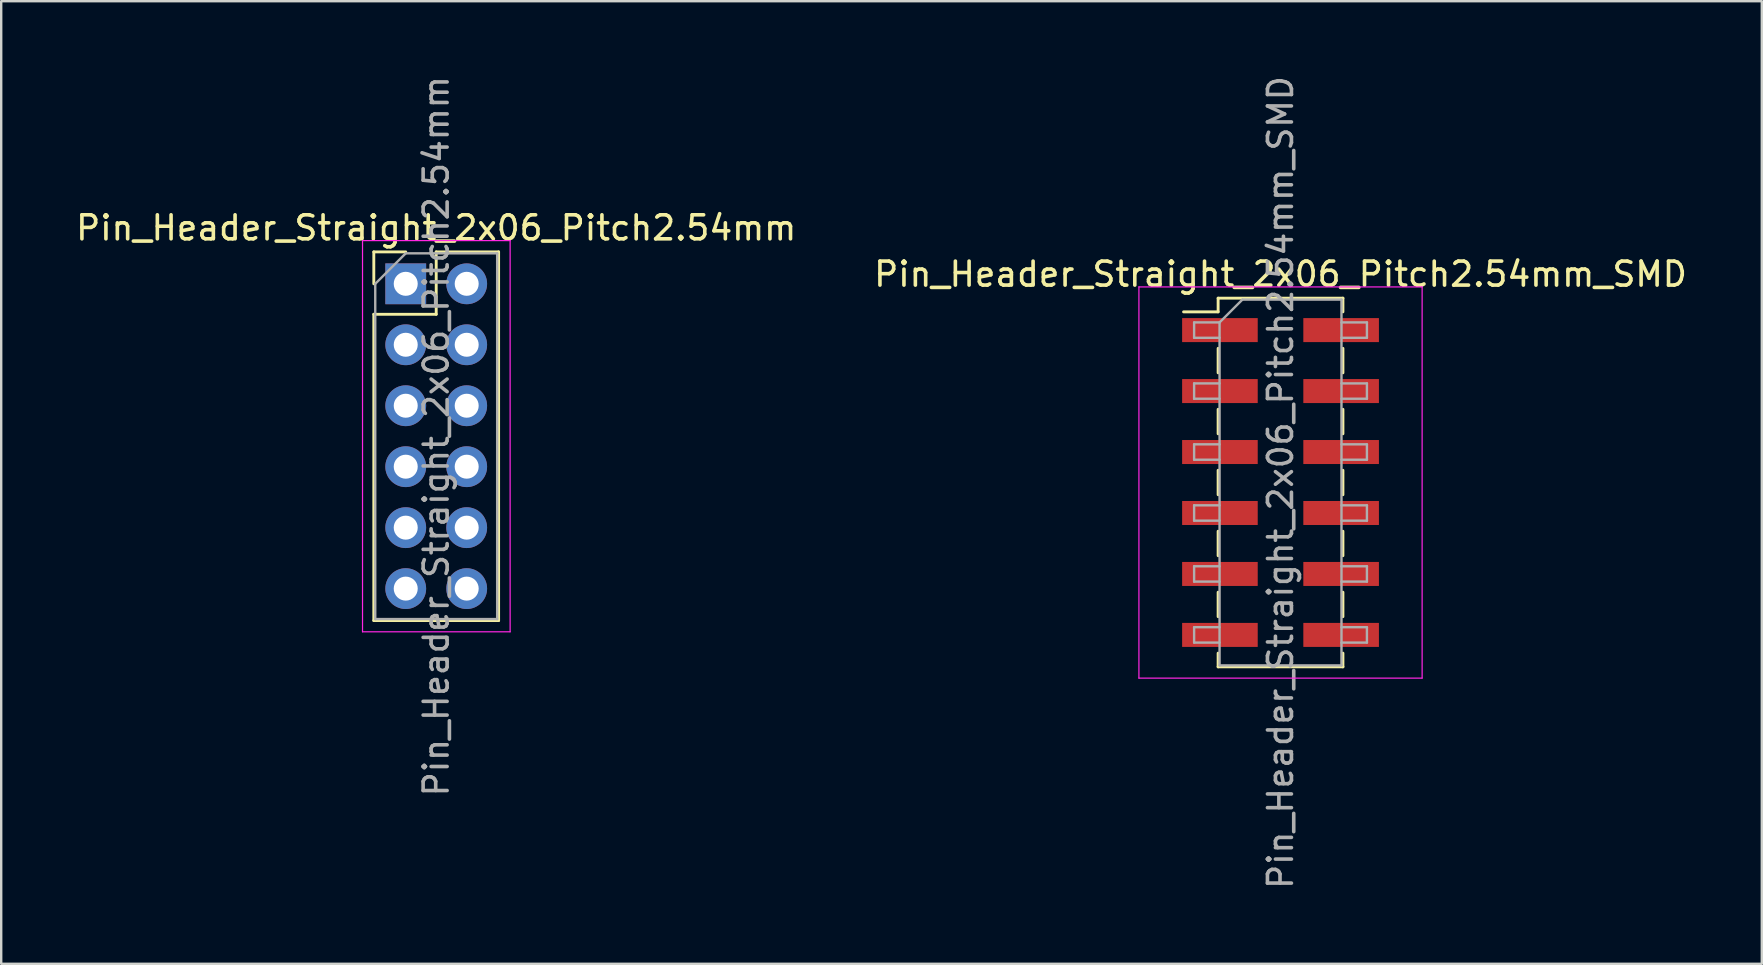
<source format=kicad_pcb>
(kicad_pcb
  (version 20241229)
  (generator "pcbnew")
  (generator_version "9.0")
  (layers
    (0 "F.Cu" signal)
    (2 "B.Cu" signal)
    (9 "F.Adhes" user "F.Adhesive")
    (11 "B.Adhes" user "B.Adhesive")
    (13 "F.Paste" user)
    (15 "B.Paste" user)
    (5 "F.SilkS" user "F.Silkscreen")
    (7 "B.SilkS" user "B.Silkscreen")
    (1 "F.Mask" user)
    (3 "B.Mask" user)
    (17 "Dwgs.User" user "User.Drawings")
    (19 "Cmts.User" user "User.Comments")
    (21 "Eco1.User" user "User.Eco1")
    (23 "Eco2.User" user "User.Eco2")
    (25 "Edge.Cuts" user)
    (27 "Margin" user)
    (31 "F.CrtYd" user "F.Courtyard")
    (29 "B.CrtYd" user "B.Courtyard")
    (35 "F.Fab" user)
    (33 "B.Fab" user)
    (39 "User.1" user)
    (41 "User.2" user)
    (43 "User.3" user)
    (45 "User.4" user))
  (footprint "Pin_Header_Straight_2x06_Pitch2.54mm"
    (layer "F.Cu")
    (at 13.855 8.775)
    (property "Reference" "Pin_Header_Straight_2x06_Pitch2.54mm" (at 1.27 -2.33 0) (layer "F.SilkS") (effects (font (size 1 1) (thickness 0.15))))
    (attr through_hole)
    (fp_line (start -1.33 -1.33) (end 0 -1.33) (stroke (width 0.12) (type solid)) (layer "F.SilkS"))
    (fp_line (start -1.33 0) (end -1.33 -1.33) (stroke (width 0.12) (type solid)) (layer "F.SilkS"))
    (fp_line (start -1.33 1.27) (end -1.33 14.03) (stroke (width 0.12) (type solid)) (layer "F.SilkS"))
    (fp_line (start -1.33 1.27) (end 1.27 1.27) (stroke (width 0.12) (type solid)) (layer "F.SilkS"))
    (fp_line (start -1.33 14.03) (end 3.87 14.03) (stroke (width 0.12) (type solid)) (layer "F.SilkS"))
    (fp_line (start 1.27 -1.33) (end 3.87 -1.33) (stroke (width 0.12) (type solid)) (layer "F.SilkS"))
    (fp_line (start 1.27 1.27) (end 1.27 -1.33) (stroke (width 0.12) (type solid)) (layer "F.SilkS"))
    (fp_line (start 3.87 -1.33) (end 3.87 14.03) (stroke (width 0.12) (type solid)) (layer "F.SilkS"))
    (fp_line (start -1.8 -1.8) (end -1.8 14.5) (stroke (width 0.05) (type solid)) (layer "F.CrtYd"))
    (fp_line (start -1.8 14.5) (end 4.35 14.5) (stroke (width 0.05) (type solid)) (layer "F.CrtYd"))
    (fp_line (start 4.35 -1.8) (end -1.8 -1.8) (stroke (width 0.05) (type solid)) (layer "F.CrtYd"))
    (fp_line (start 4.35 14.5) (end 4.35 -1.8) (stroke (width 0.05) (type solid)) (layer "F.CrtYd"))
    (fp_line (start -1.27 0) (end 0 -1.27) (stroke (width 0.1) (type solid)) (layer "F.Fab"))
    (fp_line (start -1.27 13.97) (end -1.27 0) (stroke (width 0.1) (type solid)) (layer "F.Fab"))
    (fp_line (start 0 -1.27) (end 3.81 -1.27) (stroke (width 0.1) (type solid)) (layer "F.Fab"))
    (fp_line (start 3.81 -1.27) (end 3.81 13.97) (stroke (width 0.1) (type solid)) (layer "F.Fab"))
    (fp_line (start 3.81 13.97) (end -1.27 13.97) (stroke (width 0.1) (type solid)) (layer "F.Fab"))
    (fp_text user "${REFERENCE}" (at 1.27 6.35 90) (layer "F.Fab") (effects (font (size 1 1) (thickness 0.15))))
    (pad "1" thru_hole rect (at 0 0) (size 1.7 1.7) (drill 1) (layers "*.Cu" "*.Mask"))
    (pad "2" thru_hole oval (at 2.54 0) (size 1.7 1.7) (drill 1) (layers "*.Cu" "*.Mask"))
    (pad "3" thru_hole oval (at 0 2.54) (size 1.7 1.7) (drill 1) (layers "*.Cu" "*.Mask"))
    (pad "4" thru_hole oval (at 2.54 2.54) (size 1.7 1.7) (drill 1) (layers "*.Cu" "*.Mask"))
    (pad "5" thru_hole oval (at 0 5.08) (size 1.7 1.7) (drill 1) (layers "*.Cu" "*.Mask"))
    (pad "6" thru_hole oval (at 2.54 5.08) (size 1.7 1.7) (drill 1) (layers "*.Cu" "*.Mask"))
    (pad "7" thru_hole oval (at 0 7.62) (size 1.7 1.7) (drill 1) (layers "*.Cu" "*.Mask"))
    (pad "8" thru_hole oval (at 2.54 7.62) (size 1.7 1.7) (drill 1) (layers "*.Cu" "*.Mask"))
    (pad "9" thru_hole oval (at 0 10.16) (size 1.7 1.7) (drill 1) (layers "*.Cu" "*.Mask"))
    (pad "10" thru_hole oval (at 2.54 10.16) (size 1.7 1.7) (drill 1) (layers "*.Cu" "*.Mask"))
    (pad "11" thru_hole oval (at 0 12.7) (size 1.7 1.7) (drill 1) (layers "*.Cu" "*.Mask"))
    (pad "12" thru_hole oval (at 2.54 12.7) (size 1.7 1.7) (drill 1) (layers "*.Cu" "*.Mask")))
  (footprint "Pin_Header_Straight_2x06_Pitch2.54mm_SMD"
    (layer "F.Cu")
    (at 50.304 17.054)
    (property "Reference" "Pin_Header_Straight_2x06_Pitch2.54mm_SMD" (at 0 -8.68 0) (layer "F.SilkS") (effects (font (size 1 1) (thickness 0.15))))
    (attr smd)
    (fp_line (start -4.04 -7.11) (end -2.6 -7.11) (stroke (width 0.12) (type solid)) (layer "F.SilkS"))
    (fp_line (start -2.6 -7.68) (end -2.6 -7.11) (stroke (width 0.12) (type solid)) (layer "F.SilkS"))
    (fp_line (start -2.6 -7.68) (end 2.6 -7.68) (stroke (width 0.12) (type solid)) (layer "F.SilkS"))
    (fp_line (start -2.6 -5.59) (end -2.6 -4.57) (stroke (width 0.12) (type solid)) (layer "F.SilkS"))
    (fp_line (start -2.6 -3.05) (end -2.6 -2.03) (stroke (width 0.12) (type solid)) (layer "F.SilkS"))
    (fp_line (start -2.6 -0.51) (end -2.6 0.51) (stroke (width 0.12) (type solid)) (layer "F.SilkS"))
    (fp_line (start -2.6 2.03) (end -2.6 3.05) (stroke (width 0.12) (type solid)) (layer "F.SilkS"))
    (fp_line (start -2.6 4.57) (end -2.6 5.59) (stroke (width 0.12) (type solid)) (layer "F.SilkS"))
    (fp_line (start -2.6 7.11) (end -2.6 7.68) (stroke (width 0.12) (type solid)) (layer "F.SilkS"))
    (fp_line (start -2.6 7.68) (end 2.6 7.68) (stroke (width 0.12) (type solid)) (layer "F.SilkS"))
    (fp_line (start 2.6 -7.68) (end 2.6 -7.11) (stroke (width 0.12) (type solid)) (layer "F.SilkS"))
    (fp_line (start 2.6 -5.59) (end 2.6 -4.57) (stroke (width 0.12) (type solid)) (layer "F.SilkS"))
    (fp_line (start 2.6 -3.05) (end 2.6 -2.03) (stroke (width 0.12) (type solid)) (layer "F.SilkS"))
    (fp_line (start 2.6 -0.51) (end 2.6 0.51) (stroke (width 0.12) (type solid)) (layer "F.SilkS"))
    (fp_line (start 2.6 2.03) (end 2.6 3.05) (stroke (width 0.12) (type solid)) (layer "F.SilkS"))
    (fp_line (start 2.6 4.57) (end 2.6 5.59) (stroke (width 0.12) (type solid)) (layer "F.SilkS"))
    (fp_line (start 2.6 7.11) (end 2.6 7.68) (stroke (width 0.12) (type solid)) (layer "F.SilkS"))
    (fp_line (start -5.9 -8.15) (end -5.9 8.15) (stroke (width 0.05) (type solid)) (layer "F.CrtYd"))
    (fp_line (start -5.9 8.15) (end 5.9 8.15) (stroke (width 0.05) (type solid)) (layer "F.CrtYd"))
    (fp_line (start 5.9 -8.15) (end -5.9 -8.15) (stroke (width 0.05) (type solid)) (layer "F.CrtYd"))
    (fp_line (start 5.9 8.15) (end 5.9 -8.15) (stroke (width 0.05) (type solid)) (layer "F.CrtYd"))
    (fp_line (start -3.6 -6.67) (end -3.6 -6.03) (stroke (width 0.1) (type solid)) (layer "F.Fab"))
    (fp_line (start -3.6 -6.03) (end -2.54 -6.03) (stroke (width 0.1) (type solid)) (layer "F.Fab"))
    (fp_line (start -3.6 -4.13) (end -3.6 -3.49) (stroke (width 0.1) (type solid)) (layer "F.Fab"))
    (fp_line (start -3.6 -3.49) (end -2.54 -3.49) (stroke (width 0.1) (type solid)) (layer "F.Fab"))
    (fp_line (start -3.6 -1.59) (end -3.6 -0.95) (stroke (width 0.1) (type solid)) (layer "F.Fab"))
    (fp_line (start -3.6 -0.95) (end -2.54 -0.95) (stroke (width 0.1) (type solid)) (layer "F.Fab"))
    (fp_line (start -3.6 0.95) (end -3.6 1.59) (stroke (width 0.1) (type solid)) (layer "F.Fab"))
    (fp_line (start -3.6 1.59) (end -2.54 1.59) (stroke (width 0.1) (type solid)) (layer "F.Fab"))
    (fp_line (start -3.6 3.49) (end -3.6 4.13) (stroke (width 0.1) (type solid)) (layer "F.Fab"))
    (fp_line (start -3.6 4.13) (end -2.54 4.13) (stroke (width 0.1) (type solid)) (layer "F.Fab"))
    (fp_line (start -3.6 6.03) (end -3.6 6.67) (stroke (width 0.1) (type solid)) (layer "F.Fab"))
    (fp_line (start -3.6 6.67) (end -2.54 6.67) (stroke (width 0.1) (type solid)) (layer "F.Fab"))
    (fp_line (start -2.54 -6.67) (end -3.6 -6.67) (stroke (width 0.1) (type solid)) (layer "F.Fab"))
    (fp_line (start -2.54 -6.67) (end -1.59 -7.62) (stroke (width 0.1) (type solid)) (layer "F.Fab"))
    (fp_line (start -2.54 -4.13) (end -3.6 -4.13) (stroke (width 0.1) (type solid)) (layer "F.Fab"))
    (fp_line (start -2.54 -1.59) (end -3.6 -1.59) (stroke (width 0.1) (type solid)) (layer "F.Fab"))
    (fp_line (start -2.54 0.95) (end -3.6 0.95) (stroke (width 0.1) (type solid)) (layer "F.Fab"))
    (fp_line (start -2.54 3.49) (end -3.6 3.49) (stroke (width 0.1) (type solid)) (layer "F.Fab"))
    (fp_line (start -2.54 6.03) (end -3.6 6.03) (stroke (width 0.1) (type solid)) (layer "F.Fab"))
    (fp_line (start -2.54 7.62) (end -2.54 -6.67) (stroke (width 0.1) (type solid)) (layer "F.Fab"))
    (fp_line (start -1.59 -7.62) (end 2.54 -7.62) (stroke (width 0.1) (type solid)) (layer "F.Fab"))
    (fp_line (start 2.54 -7.62) (end 2.54 7.62) (stroke (width 0.1) (type solid)) (layer "F.Fab"))
    (fp_line (start 2.54 -6.67) (end 3.6 -6.67) (stroke (width 0.1) (type solid)) (layer "F.Fab"))
    (fp_line (start 2.54 -4.13) (end 3.6 -4.13) (stroke (width 0.1) (type solid)) (layer "F.Fab"))
    (fp_line (start 2.54 -1.59) (end 3.6 -1.59) (stroke (width 0.1) (type solid)) (layer "F.Fab"))
    (fp_line (start 2.54 0.95) (end 3.6 0.95) (stroke (width 0.1) (type solid)) (layer "F.Fab"))
    (fp_line (start 2.54 3.49) (end 3.6 3.49) (stroke (width 0.1) (type solid)) (layer "F.Fab"))
    (fp_line (start 2.54 6.03) (end 3.6 6.03) (stroke (width 0.1) (type solid)) (layer "F.Fab"))
    (fp_line (start 2.54 7.62) (end -2.54 7.62) (stroke (width 0.1) (type solid)) (layer "F.Fab"))
    (fp_line (start 3.6 -6.67) (end 3.6 -6.03) (stroke (width 0.1) (type solid)) (layer "F.Fab"))
    (fp_line (start 3.6 -6.03) (end 2.54 -6.03) (stroke (width 0.1) (type solid)) (layer "F.Fab"))
    (fp_line (start 3.6 -4.13) (end 3.6 -3.49) (stroke (width 0.1) (type solid)) (layer "F.Fab"))
    (fp_line (start 3.6 -3.49) (end 2.54 -3.49) (stroke (width 0.1) (type solid)) (layer "F.Fab"))
    (fp_line (start 3.6 -1.59) (end 3.6 -0.95) (stroke (width 0.1) (type solid)) (layer "F.Fab"))
    (fp_line (start 3.6 -0.95) (end 2.54 -0.95) (stroke (width 0.1) (type solid)) (layer "F.Fab"))
    (fp_line (start 3.6 0.95) (end 3.6 1.59) (stroke (width 0.1) (type solid)) (layer "F.Fab"))
    (fp_line (start 3.6 1.59) (end 2.54 1.59) (stroke (width 0.1) (type solid)) (layer "F.Fab"))
    (fp_line (start 3.6 3.49) (end 3.6 4.13) (stroke (width 0.1) (type solid)) (layer "F.Fab"))
    (fp_line (start 3.6 4.13) (end 2.54 4.13) (stroke (width 0.1) (type solid)) (layer "F.Fab"))
    (fp_line (start 3.6 6.03) (end 3.6 6.67) (stroke (width 0.1) (type solid)) (layer "F.Fab"))
    (fp_line (start 3.6 6.67) (end 2.54 6.67) (stroke (width 0.1) (type solid)) (layer "F.Fab"))
    (fp_text user "${REFERENCE}" (at 0 0 90) (layer "F.Fab") (effects (font (size 1 1) (thickness 0.15))))
    (pad "1" smd rect (at -2.525 -6.35) (size 3.15 1) (layers "F.Cu" "F.Mask" "F.Paste"))
    (pad "2" smd rect (at 2.525 -6.35) (size 3.15 1) (layers "F.Cu" "F.Mask" "F.Paste"))
    (pad "3" smd rect (at -2.525 -3.81) (size 3.15 1) (layers "F.Cu" "F.Mask" "F.Paste"))
    (pad "4" smd rect (at 2.525 -3.81) (size 3.15 1) (layers "F.Cu" "F.Mask" "F.Paste"))
    (pad "5" smd rect (at -2.525 -1.27) (size 3.15 1) (layers "F.Cu" "F.Mask" "F.Paste"))
    (pad "6" smd rect (at 2.525 -1.27) (size 3.15 1) (layers "F.Cu" "F.Mask" "F.Paste"))
    (pad "7" smd rect (at -2.525 1.27) (size 3.15 1) (layers "F.Cu" "F.Mask" "F.Paste"))
    (pad "8" smd rect (at 2.525 1.27) (size 3.15 1) (layers "F.Cu" "F.Mask" "F.Paste"))
    (pad "9" smd rect (at -2.525 3.81) (size 3.15 1) (layers "F.Cu" "F.Mask" "F.Paste"))
    (pad "10" smd rect (at 2.525 3.81) (size 3.15 1) (layers "F.Cu" "F.Mask" "F.Paste"))
    (pad "11" smd rect (at -2.525 6.35) (size 3.15 1) (layers "F.Cu" "F.Mask" "F.Paste"))
    (pad "12" smd rect (at 2.525 6.35) (size 3.15 1) (layers "F.Cu" "F.Mask" "F.Paste")))
  (gr_rect
    (start -3 -3)
    (end 70.357 37.107)
    (stroke (width 0.1) (type default))
    (fill no)
    (layer "Edge.Cuts")))
</source>
